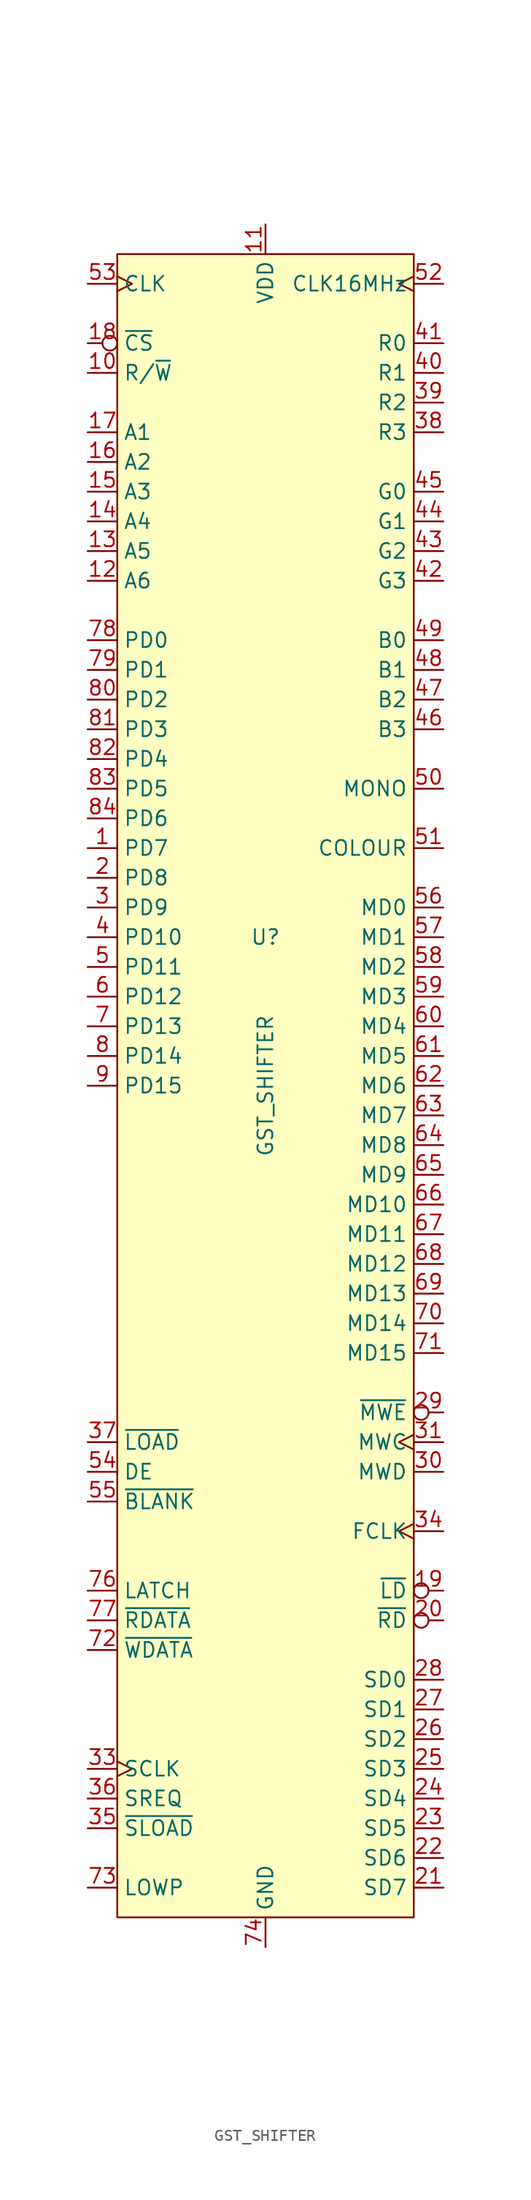
<source format=kicad_sym>
(kicad_symbol_lib
  (version 20241209)
  (generator "kicad_symbol_editor")
  (generator_version "9.0")
  (symbol "GST_SHIFTER"
    (property "Reference" "U"
      (at 0 12.7 0)
      (effects (font (size 1.27 1.27))))
    (property "Value" "GST_SHIFTER"
      (at 0 0 90)
      (effects (font (size 1.27 1.27))))
    (symbol "GST_SHIFTER_1_1"
      (rectangle (start -12.7 71.12) (end 12.7 -71.12) (stroke (width 0) (type solid)) (fill (type background)))
      (pin input clock (at -15.24 68.58 0) (length 2.54) (name "CLK" (effects (font (size 1.27 1.27)))) (number "53" (effects (font (size 1.27 1.27)))))
      (pin input inverted (at -15.24 63.5 0) (length 2.54) (name "~{CS}" (effects (font (size 1.27 1.27)))) (number "18" (effects (font (size 1.27 1.27)))))
      (pin input line (at -15.24 60.96 0) (length 2.54) (name "R/~{W}" (effects (font (size 1.27 1.27)))) (number "10" (effects (font (size 1.27 1.27)))))
      (pin input line (at -15.24 55.88 0) (length 2.54) (name "A1" (effects (font (size 1.27 1.27)))) (number "17" (effects (font (size 1.27 1.27)))))
      (pin input line (at -15.24 53.34 0) (length 2.54) (name "A2" (effects (font (size 1.27 1.27)))) (number "16" (effects (font (size 1.27 1.27)))))
      (pin input line (at -15.24 50.8 0) (length 2.54) (name "A3" (effects (font (size 1.27 1.27)))) (number "15" (effects (font (size 1.27 1.27)))))
      (pin input line (at -15.24 48.26 0) (length 2.54) (name "A4" (effects (font (size 1.27 1.27)))) (number "14" (effects (font (size 1.27 1.27)))))
      (pin input line (at -15.24 45.72 0) (length 2.54) (name "A5" (effects (font (size 1.27 1.27)))) (number "13" (effects (font (size 1.27 1.27)))))
      (pin input line (at -15.24 43.18 0) (length 2.54) (name "A6" (effects (font (size 1.27 1.27)))) (number "12" (effects (font (size 1.27 1.27)))))
      (pin bidirectional line (at -15.24 38.1 0) (length 2.54) (name "PD0" (effects (font (size 1.27 1.27)))) (number "78" (effects (font (size 1.27 1.27)))))
      (pin bidirectional line (at -15.24 35.56 0) (length 2.54) (name "PD1" (effects (font (size 1.27 1.27)))) (number "79" (effects (font (size 1.27 1.27)))))
      (pin bidirectional line (at -15.24 33.02 0) (length 2.54) (name "PD2" (effects (font (size 1.27 1.27)))) (number "80" (effects (font (size 1.27 1.27)))))
      (pin bidirectional line (at -15.24 30.48 0) (length 2.54) (name "PD3" (effects (font (size 1.27 1.27)))) (number "81" (effects (font (size 1.27 1.27)))))
      (pin bidirectional line (at -15.24 27.94 0) (length 2.54) (name "PD4" (effects (font (size 1.27 1.27)))) (number "82" (effects (font (size 1.27 1.27)))))
      (pin bidirectional line (at -15.24 25.4 0) (length 2.54) (name "PD5" (effects (font (size 1.27 1.27)))) (number "83" (effects (font (size 1.27 1.27)))))
      (pin bidirectional line (at -15.24 22.86 0) (length 2.54) (name "PD6" (effects (font (size 1.27 1.27)))) (number "84" (effects (font (size 1.27 1.27)))))
      (pin bidirectional line (at -15.24 20.32 0) (length 2.54) (name "PD7" (effects (font (size 1.27 1.27)))) (number "1" (effects (font (size 1.27 1.27)))))
      (pin bidirectional line (at -15.24 17.78 0) (length 2.54) (name "PD8" (effects (font (size 1.27 1.27)))) (number "2" (effects (font (size 1.27 1.27)))))
      (pin bidirectional line (at -15.24 15.24 0) (length 2.54) (name "PD9" (effects (font (size 1.27 1.27)))) (number "3" (effects (font (size 1.27 1.27)))))
      (pin bidirectional line (at -15.24 12.7 0) (length 2.54) (name "PD10" (effects (font (size 1.27 1.27)))) (number "4" (effects (font (size 1.27 1.27)))))
      (pin bidirectional line (at -15.24 10.16 0) (length 2.54) (name "PD11" (effects (font (size 1.27 1.27)))) (number "5" (effects (font (size 1.27 1.27)))))
      (pin bidirectional line (at -15.24 7.62 0) (length 2.54) (name "PD12" (effects (font (size 1.27 1.27)))) (number "6" (effects (font (size 1.27 1.27)))))
      (pin bidirectional line (at -15.24 5.08 0) (length 2.54) (name "PD13" (effects (font (size 1.27 1.27)))) (number "7" (effects (font (size 1.27 1.27)))))
      (pin bidirectional line (at -15.24 2.54 0) (length 2.54) (name "PD14" (effects (font (size 1.27 1.27)))) (number "8" (effects (font (size 1.27 1.27)))))
      (pin bidirectional line (at -15.24 0 0) (length 2.54) (name "PD15" (effects (font (size 1.27 1.27)))) (number "9" (effects (font (size 1.27 1.27)))))
      (pin input line (at -15.24 -30.48 0) (length 2.54) (name "~{LOAD}" (effects (font (size 1.27 1.27)))) (number "37" (effects (font (size 1.27 1.27)))))
      (pin input line (at -15.24 -33.02 0) (length 2.54) (name "DE" (effects (font (size 1.27 1.27)))) (number "54" (effects (font (size 1.27 1.27)))))
      (pin input line (at -15.24 -35.56 0) (length 2.54) (name "~{BLANK}" (effects (font (size 1.27 1.27)))) (number "55" (effects (font (size 1.27 1.27)))))
      (pin input line (at -15.24 -43.18 0) (length 2.54) (name "LATCH" (effects (font (size 1.27 1.27)))) (number "76" (effects (font (size 1.27 1.27)))))
      (pin output line (at -15.24 -45.72 0) (length 2.54) (name "~{RDATA}" (effects (font (size 1.27 1.27)))) (number "77" (effects (font (size 1.27 1.27)))))
      (pin input line (at -15.24 -48.26 0) (length 2.54) (name "~{WDATA}" (effects (font (size 1.27 1.27)))) (number "72" (effects (font (size 1.27 1.27)))))
      (pin input clock (at -15.24 -58.42 0) (length 2.54) (name "SCLK" (effects (font (size 1.27 1.27)))) (number "33" (effects (font (size 1.27 1.27)))))
      (pin input line (at -15.24 -60.96 0) (length 2.54) (name "SREQ" (effects (font (size 1.27 1.27)))) (number "36" (effects (font (size 1.27 1.27)))))
      (pin input line (at -15.24 -63.5 0) (length 2.54) (name "~{SLOAD}" (effects (font (size 1.27 1.27)))) (number "35" (effects (font (size 1.27 1.27)))))
      (pin input line (at -15.24 -68.58 0) (length 2.54) (name "LOWP" (effects (font (size 1.27 1.27)))) (number "73" (effects (font (size 1.27 1.27)))))
      (pin power_in line (at 0 73.66 270) (length 2.54) (name "VDD" (effects (font (size 1.27 1.27)))) (number "11" (effects (font (size 1.27 1.27)))))
      (pin passive line (at 0 73.66 270) (length 2.54) (hide yes) (name "VDD" (effects (font (size 1.27 1.27)))) (number "32" (effects (font (size 1.27 1.27)))))
      (pin power_in line (at 0 -73.66 90) (length 2.54) (name "GND" (effects (font (size 1.27 1.27)))) (number "74" (effects (font (size 1.27 1.27)))))
      (pin passive line (at 0 -73.66 90) (length 2.54) (hide yes) (name "GND" (effects (font (size 1.27 1.27)))) (number "75" (effects (font (size 1.27 1.27)))))
      (pin output clock (at 15.24 68.58 180) (length 2.54) (name "CLK16MHz" (effects (font (size 1.27 1.27)))) (number "52" (effects (font (size 1.27 1.27)))))
      (pin input line (at 15.24 63.5 180) (length 2.54) (name "R0" (effects (font (size 1.27 1.27)))) (number "41" (effects (font (size 1.27 1.27)))))
      (pin input line (at 15.24 60.96 180) (length 2.54) (name "R1" (effects (font (size 1.27 1.27)))) (number "40" (effects (font (size 1.27 1.27)))))
      (pin input line (at 15.24 58.42 180) (length 2.54) (name "R2" (effects (font (size 1.27 1.27)))) (number "39" (effects (font (size 1.27 1.27)))))
      (pin input line (at 15.24 55.88 180) (length 2.54) (name "R3" (effects (font (size 1.27 1.27)))) (number "38" (effects (font (size 1.27 1.27)))))
      (pin input line (at 15.24 50.8 180) (length 2.54) (name "G0" (effects (font (size 1.27 1.27)))) (number "45" (effects (font (size 1.27 1.27)))))
      (pin input line (at 15.24 48.26 180) (length 2.54) (name "G1" (effects (font (size 1.27 1.27)))) (number "44" (effects (font (size 1.27 1.27)))))
      (pin input line (at 15.24 45.72 180) (length 2.54) (name "G2" (effects (font (size 1.27 1.27)))) (number "43" (effects (font (size 1.27 1.27)))))
      (pin input line (at 15.24 43.18 180) (length 2.54) (name "G3" (effects (font (size 1.27 1.27)))) (number "42" (effects (font (size 1.27 1.27)))))
      (pin input line (at 15.24 38.1 180) (length 2.54) (name "B0" (effects (font (size 1.27 1.27)))) (number "49" (effects (font (size 1.27 1.27)))))
      (pin input line (at 15.24 35.56 180) (length 2.54) (name "B1" (effects (font (size 1.27 1.27)))) (number "48" (effects (font (size 1.27 1.27)))))
      (pin input line (at 15.24 33.02 180) (length 2.54) (name "B2" (effects (font (size 1.27 1.27)))) (number "47" (effects (font (size 1.27 1.27)))))
      (pin input line (at 15.24 30.48 180) (length 2.54) (name "B3" (effects (font (size 1.27 1.27)))) (number "46" (effects (font (size 1.27 1.27)))))
      (pin output line (at 15.24 25.4 180) (length 2.54) (name "MONO" (effects (font (size 1.27 1.27)))) (number "50" (effects (font (size 1.27 1.27)))))
      (pin output line (at 15.24 20.32 180) (length 2.54) (name "COLOUR" (effects (font (size 1.27 1.27)))) (number "51" (effects (font (size 1.27 1.27)))))
      (pin output line (at 15.24 15.24 180) (length 2.54) (name "MD0" (effects (font (size 1.27 1.27)))) (number "56" (effects (font (size 1.27 1.27)))))
      (pin output line (at 15.24 12.7 180) (length 2.54) (name "MD1" (effects (font (size 1.27 1.27)))) (number "57" (effects (font (size 1.27 1.27)))))
      (pin output line (at 15.24 10.16 180) (length 2.54) (name "MD2" (effects (font (size 1.27 1.27)))) (number "58" (effects (font (size 1.27 1.27)))))
      (pin output line (at 15.24 7.62 180) (length 2.54) (name "MD3" (effects (font (size 1.27 1.27)))) (number "59" (effects (font (size 1.27 1.27)))))
      (pin output line (at 15.24 5.08 180) (length 2.54) (name "MD4" (effects (font (size 1.27 1.27)))) (number "60" (effects (font (size 1.27 1.27)))))
      (pin output line (at 15.24 2.54 180) (length 2.54) (name "MD5" (effects (font (size 1.27 1.27)))) (number "61" (effects (font (size 1.27 1.27)))))
      (pin output line (at 15.24 0 180) (length 2.54) (name "MD6" (effects (font (size 1.27 1.27)))) (number "62" (effects (font (size 1.27 1.27)))))
      (pin output line (at 15.24 -2.54 180) (length 2.54) (name "MD7" (effects (font (size 1.27 1.27)))) (number "63" (effects (font (size 1.27 1.27)))))
      (pin output line (at 15.24 -5.08 180) (length 2.54) (name "MD8" (effects (font (size 1.27 1.27)))) (number "64" (effects (font (size 1.27 1.27)))))
      (pin output line (at 15.24 -7.62 180) (length 2.54) (name "MD9" (effects (font (size 1.27 1.27)))) (number "65" (effects (font (size 1.27 1.27)))))
      (pin output line (at 15.24 -10.16 180) (length 2.54) (name "MD10" (effects (font (size 1.27 1.27)))) (number "66" (effects (font (size 1.27 1.27)))))
      (pin output line (at 15.24 -12.7 180) (length 2.54) (name "MD11" (effects (font (size 1.27 1.27)))) (number "67" (effects (font (size 1.27 1.27)))))
      (pin output line (at 15.24 -15.24 180) (length 2.54) (name "MD12" (effects (font (size 1.27 1.27)))) (number "68" (effects (font (size 1.27 1.27)))))
      (pin output line (at 15.24 -17.78 180) (length 2.54) (name "MD13" (effects (font (size 1.27 1.27)))) (number "69" (effects (font (size 1.27 1.27)))))
      (pin output line (at 15.24 -20.32 180) (length 2.54) (name "MD14" (effects (font (size 1.27 1.27)))) (number "70" (effects (font (size 1.27 1.27)))))
      (pin output line (at 15.24 -22.86 180) (length 2.54) (name "MD15" (effects (font (size 1.27 1.27)))) (number "71" (effects (font (size 1.27 1.27)))))
      (pin output inverted (at 15.24 -27.94 180) (length 2.54) (name "~{MWE}" (effects (font (size 1.27 1.27)))) (number "29" (effects (font (size 1.27 1.27)))))
      (pin output clock (at 15.24 -30.48 180) (length 2.54) (name "MWC" (effects (font (size 1.27 1.27)))) (number "31" (effects (font (size 1.27 1.27)))))
      (pin output line (at 15.24 -33.02 180) (length 2.54) (name "MWD" (effects (font (size 1.27 1.27)))) (number "30" (effects (font (size 1.27 1.27)))))
      (pin output clock (at 15.24 -38.1 180) (length 2.54) (name "FCLK" (effects (font (size 1.27 1.27)))) (number "34" (effects (font (size 1.27 1.27)))))
      (pin output inverted (at 15.24 -43.18 180) (length 2.54) (name "~{LD}" (effects (font (size 1.27 1.27)))) (number "19" (effects (font (size 1.27 1.27)))))
      (pin output inverted (at 15.24 -45.72 180) (length 2.54) (name "~{RD}" (effects (font (size 1.27 1.27)))) (number "20" (effects (font (size 1.27 1.27)))))
      (pin output line (at 15.24 -50.8 180) (length 2.54) (name "SD0" (effects (font (size 1.27 1.27)))) (number "28" (effects (font (size 1.27 1.27)))))
      (pin output line (at 15.24 -53.34 180) (length 2.54) (name "SD1" (effects (font (size 1.27 1.27)))) (number "27" (effects (font (size 1.27 1.27)))))
      (pin output line (at 15.24 -55.88 180) (length 2.54) (name "SD2" (effects (font (size 1.27 1.27)))) (number "26" (effects (font (size 1.27 1.27)))))
      (pin output line (at 15.24 -58.42 180) (length 2.54) (name "SD3" (effects (font (size 1.27 1.27)))) (number "25" (effects (font (size 1.27 1.27)))))
      (pin output line (at 15.24 -60.96 180) (length 2.54) (name "SD4" (effects (font (size 1.27 1.27)))) (number "24" (effects (font (size 1.27 1.27)))))
      (pin output line (at 15.24 -63.5 180) (length 2.54) (name "SD5" (effects (font (size 1.27 1.27)))) (number "23" (effects (font (size 1.27 1.27)))))
      (pin output line (at 15.24 -66.04 180) (length 2.54) (name "SD6" (effects (font (size 1.27 1.27)))) (number "22" (effects (font (size 1.27 1.27)))))
      (pin output line (at 15.24 -68.58 180) (length 2.54) (name "SD7" (effects (font (size 1.27 1.27)))) (number "21" (effects (font (size 1.27 1.27))))))))
</source>
